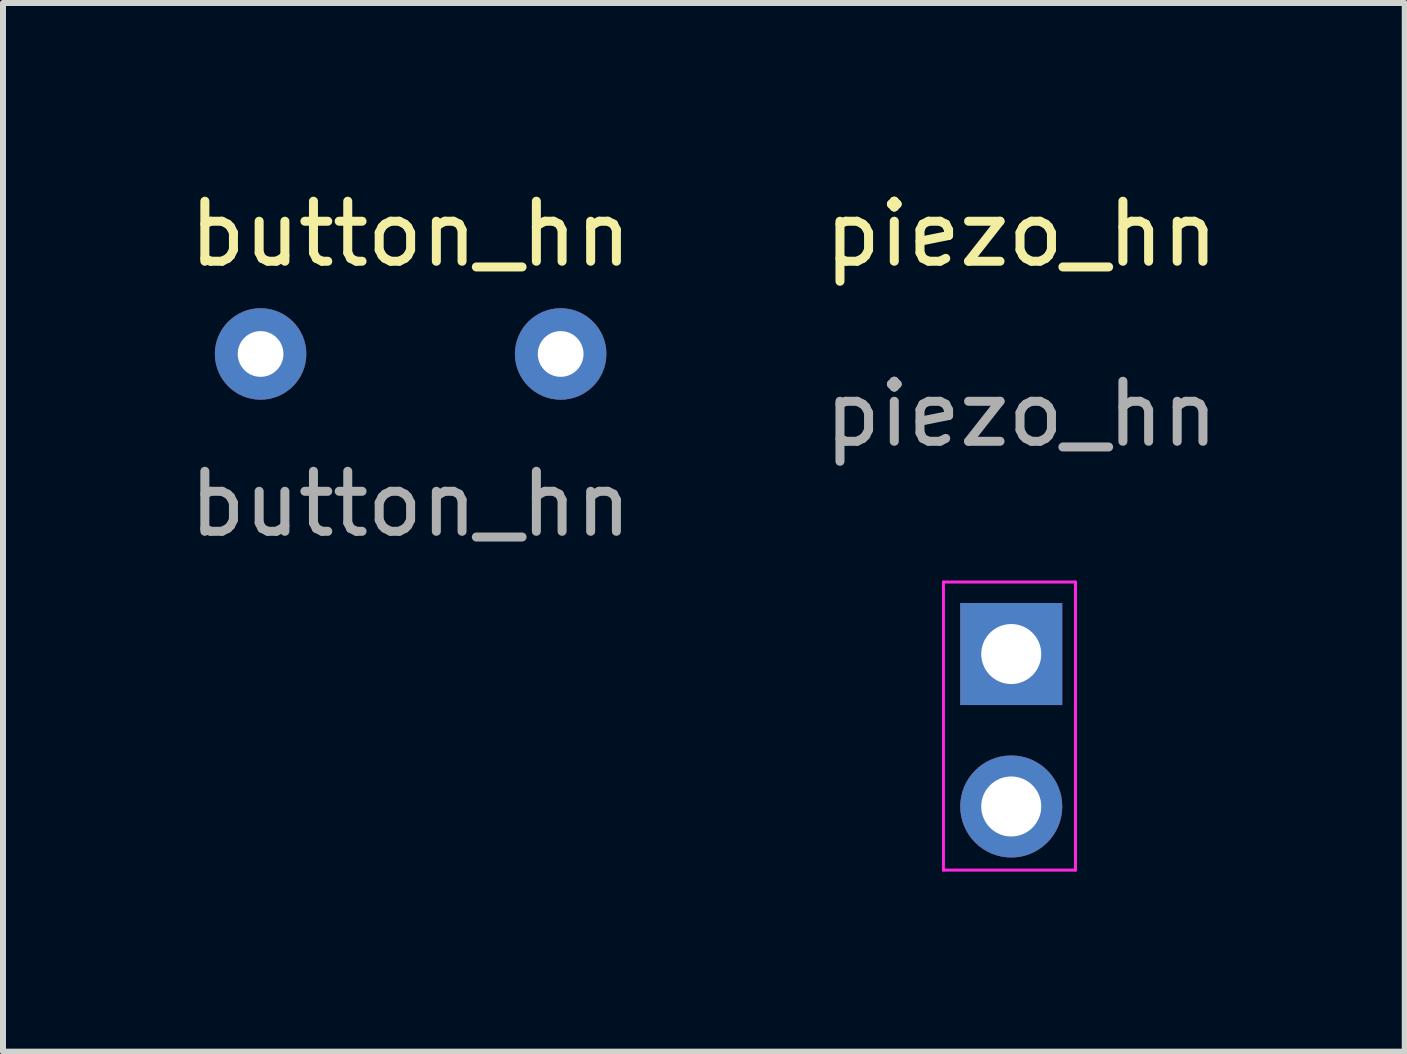
<source format=kicad_pcb>
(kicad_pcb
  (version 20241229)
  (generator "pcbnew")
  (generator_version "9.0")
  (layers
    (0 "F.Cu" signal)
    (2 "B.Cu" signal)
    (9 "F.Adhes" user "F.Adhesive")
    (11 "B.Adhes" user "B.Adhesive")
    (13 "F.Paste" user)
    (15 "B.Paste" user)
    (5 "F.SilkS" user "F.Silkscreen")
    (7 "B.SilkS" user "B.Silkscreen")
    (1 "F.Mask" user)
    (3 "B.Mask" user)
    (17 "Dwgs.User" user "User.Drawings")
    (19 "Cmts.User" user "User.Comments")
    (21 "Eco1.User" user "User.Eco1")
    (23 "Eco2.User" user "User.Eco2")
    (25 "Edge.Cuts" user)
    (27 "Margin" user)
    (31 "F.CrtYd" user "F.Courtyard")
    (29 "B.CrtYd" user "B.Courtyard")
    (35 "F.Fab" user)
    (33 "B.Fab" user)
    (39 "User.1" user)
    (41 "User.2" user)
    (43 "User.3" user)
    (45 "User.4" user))
  (footprint "piezo_hn"
    (layer "F.Cu")
    (at 13.97 1.348)
    (property "Reference" "piezo_hn" (at 0 -0.5 0) (unlocked yes) (layer "F.SilkS") (effects (font (size 1 1) (thickness 0.15))))
    (attr through_hole)
    (fp_line (start -1.3 5.3) (end -1.3 10.1) (stroke (width 0.05) (type solid)) (layer "F.CrtYd"))
    (fp_line (start -1.3 10.1) (end 0.9 10.1) (stroke (width 0.05) (type solid)) (layer "F.CrtYd"))
    (fp_line (start 0.9 5.3) (end -1.3 5.3) (stroke (width 0.05) (type solid)) (layer "F.CrtYd"))
    (fp_line (start 0.9 10.1) (end 0.9 5.3) (stroke (width 0.05) (type solid)) (layer "F.CrtYd"))
    (fp_text user "${REFERENCE}" (at 0 2.5 0) (unlocked yes) (layer "F.Fab") (effects (font (size 1 1) (thickness 0.15))))
    (pad "1" thru_hole rect (at -0.17 6.5) (size 1.7 1.7) (drill 1) (layers "*.Cu" "*.Mask"))
    (pad "2" thru_hole oval (at -0.17 9.04) (size 1.7 1.7) (drill 1) (layers "*.Cu" "*.Mask")))
  (footprint "button_hn"
    (layer "F.Cu")
    (at 3.792 2.848)
    (property "Reference" "button_hn" (at 0 -2 0) (unlocked yes) (layer "F.SilkS") (effects (font (size 1 1) (thickness 0.15))))
    (attr through_hole)
    (fp_text user "${REFERENCE}" (at 0 2.5 0) (unlocked yes) (layer "F.Fab") (effects (font (size 1 1) (thickness 0.15))))
    (pad "1" thru_hole circle (at -2.5 0) (size 1.524 1.524) (drill 0.762) (layers "*.Cu" "*.Mask"))
    (pad "2" thru_hole circle (at 2.5 0) (size 1.524 1.524) (drill 0.762) (layers "*.Cu" "*.Mask")))
  (gr_rect
    (start -3 -3)
    (end 20.357 14.473)
    (stroke (width 0.1) (type default))
    (fill no)
    (layer "Edge.Cuts")))
</source>
